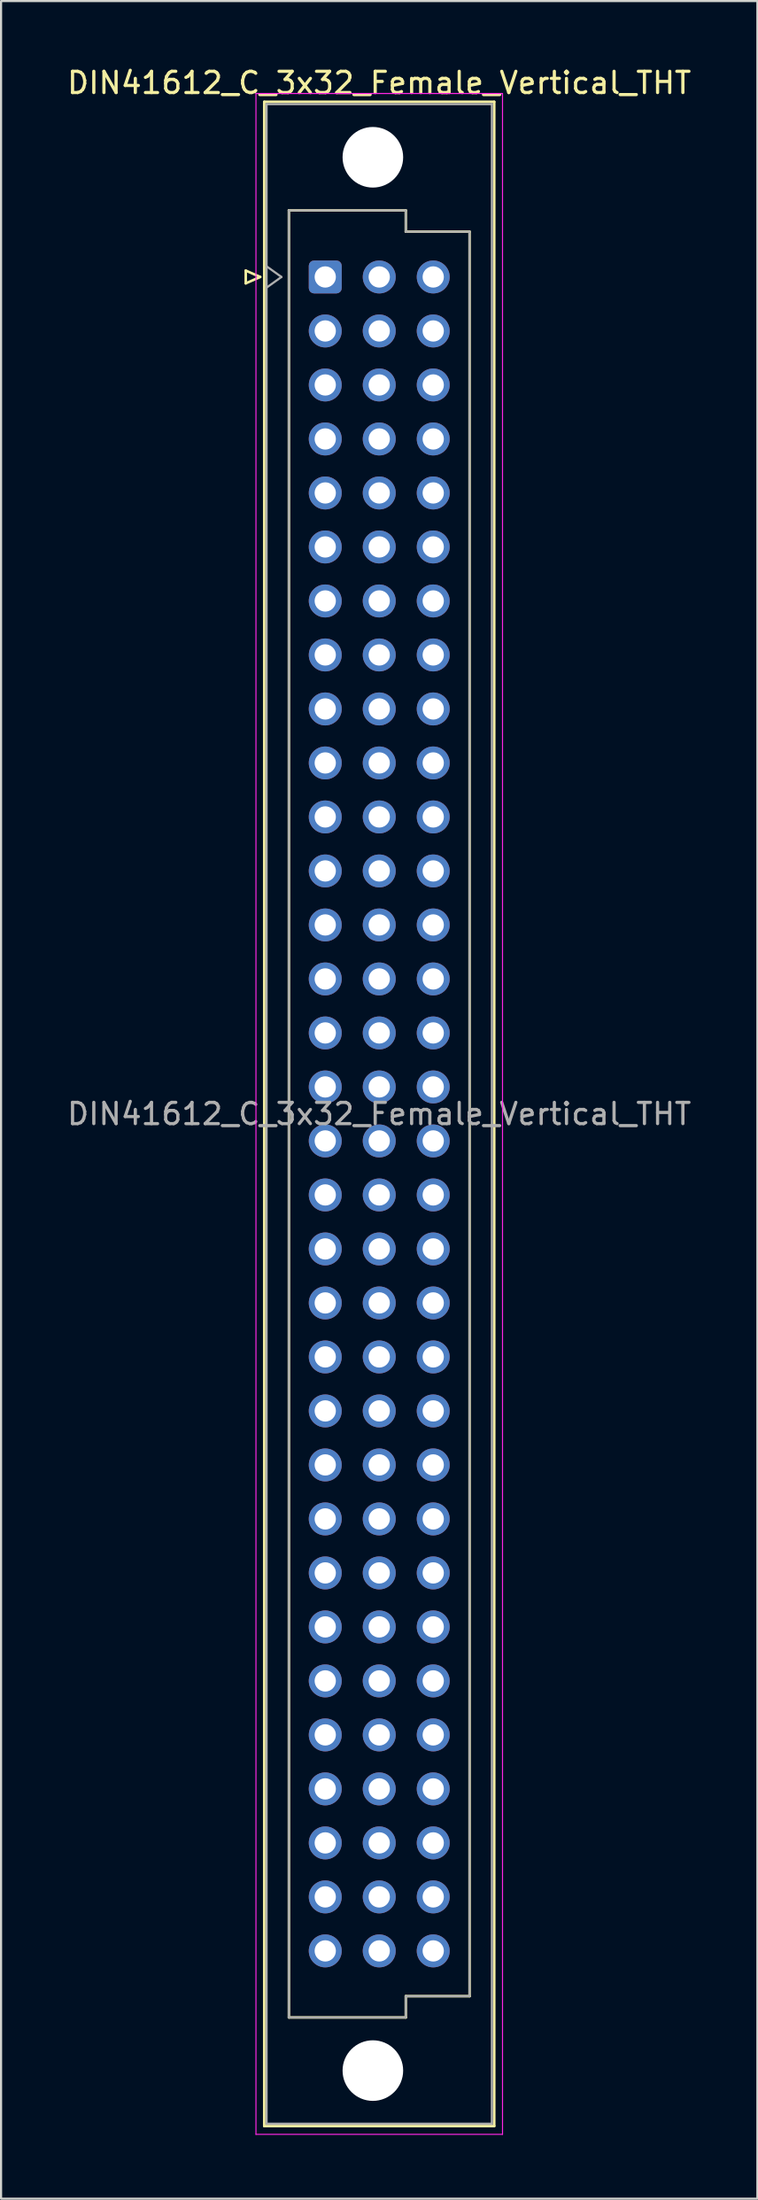
<source format=kicad_pcb>
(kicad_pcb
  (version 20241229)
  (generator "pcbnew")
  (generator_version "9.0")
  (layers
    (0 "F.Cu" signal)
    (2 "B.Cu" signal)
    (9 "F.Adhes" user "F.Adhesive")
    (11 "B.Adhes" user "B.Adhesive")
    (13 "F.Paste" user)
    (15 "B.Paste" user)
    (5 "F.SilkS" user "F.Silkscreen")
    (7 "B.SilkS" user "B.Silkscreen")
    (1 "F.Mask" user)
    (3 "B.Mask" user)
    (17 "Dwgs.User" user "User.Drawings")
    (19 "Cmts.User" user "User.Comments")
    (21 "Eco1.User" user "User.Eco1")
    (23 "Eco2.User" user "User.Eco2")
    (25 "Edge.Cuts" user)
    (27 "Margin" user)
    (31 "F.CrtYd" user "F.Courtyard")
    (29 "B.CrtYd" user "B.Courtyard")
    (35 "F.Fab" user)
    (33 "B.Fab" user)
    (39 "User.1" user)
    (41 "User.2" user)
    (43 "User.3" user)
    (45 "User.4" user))
  (footprint "DIN41612_C_3x32_Female_Vertical_THT"
    (layer "F.Cu")
    (at 12.252 9.978)
    (property "Reference" "DIN41612_C_3x32_Female_Vertical_THT" (at 2.54 -9.13 0) (layer "F.SilkS") (effects (font (size 1 1) (thickness 0.15))))
    (attr through_hole)
    (fp_line (start -3.74 -0.3) (end -3.74 0.3) (stroke (width 0.12) (type solid)) (layer "F.SilkS"))
    (fp_line (start -3.74 0.3) (end -3.06 0) (stroke (width 0.12) (type solid)) (layer "F.SilkS"))
    (fp_line (start -3.06 0) (end -3.74 -0.3) (stroke (width 0.12) (type solid)) (layer "F.SilkS"))
    (fp_line (start -2.87 -8.24) (end 7.95 -8.24) (stroke (width 0.12) (type solid)) (layer "F.SilkS"))
    (fp_line (start -2.87 86.98) (end -2.87 -8.24) (stroke (width 0.12) (type solid)) (layer "F.SilkS"))
    (fp_line (start -1.71 -3.131) (end 3.79 -3.131) (stroke (width 0.12) (type solid)) (layer "F.SilkS"))
    (fp_line (start -1.71 81.87) (end -1.71 -3.131) (stroke (width 0.12) (type solid)) (layer "F.SilkS"))
    (fp_line (start 3.79 -3.131) (end 3.79 -2.131) (stroke (width 0.12) (type solid)) (layer "F.SilkS"))
    (fp_line (start 3.79 -2.131) (end 6.79 -2.131) (stroke (width 0.12) (type solid)) (layer "F.SilkS"))
    (fp_line (start 3.79 80.87) (end 3.79 81.87) (stroke (width 0.12) (type solid)) (layer "F.SilkS"))
    (fp_line (start 3.79 81.87) (end -1.71 81.87) (stroke (width 0.12) (type solid)) (layer "F.SilkS"))
    (fp_line (start 6.79 -2.131) (end 6.79 80.87) (stroke (width 0.12) (type solid)) (layer "F.SilkS"))
    (fp_line (start 6.79 80.87) (end 3.79 80.87) (stroke (width 0.12) (type solid)) (layer "F.SilkS"))
    (fp_line (start 7.95 -8.24) (end 7.95 86.98) (stroke (width 0.12) (type solid)) (layer "F.SilkS"))
    (fp_line (start 7.95 86.98) (end -2.87 86.98) (stroke (width 0.12) (type solid)) (layer "F.SilkS"))
    (fp_line (start -3.26 -8.63) (end 8.34 -8.63) (stroke (width 0.05) (type solid)) (layer "F.CrtYd"))
    (fp_line (start -3.26 87.37) (end -3.26 -8.63) (stroke (width 0.05) (type solid)) (layer "F.CrtYd"))
    (fp_line (start 8.34 -8.63) (end 8.34 87.37) (stroke (width 0.05) (type solid)) (layer "F.CrtYd"))
    (fp_line (start 8.34 87.37) (end -3.26 87.37) (stroke (width 0.05) (type solid)) (layer "F.CrtYd"))
    (fp_line (start -2.76 -8.13) (end 7.84 -8.13) (stroke (width 0.1) (type solid)) (layer "F.Fab"))
    (fp_line (start -2.76 -0.5) (end -2.06 0) (stroke (width 0.1) (type solid)) (layer "F.Fab"))
    (fp_line (start -2.76 86.87) (end -2.76 -8.13) (stroke (width 0.1) (type solid)) (layer "F.Fab"))
    (fp_line (start -2.06 0) (end -2.76 0.5) (stroke (width 0.1) (type solid)) (layer "F.Fab"))
    (fp_line (start -1.71 -3.13) (end 3.79 -3.13) (stroke (width 0.1) (type solid)) (layer "F.Fab"))
    (fp_line (start -1.71 81.87) (end -1.71 -3.13) (stroke (width 0.1) (type solid)) (layer "F.Fab"))
    (fp_line (start 3.79 -3.13) (end 3.79 -2.13) (stroke (width 0.1) (type solid)) (layer "F.Fab"))
    (fp_line (start 3.79 -2.13) (end 6.79 -2.13) (stroke (width 0.1) (type solid)) (layer "F.Fab"))
    (fp_line (start 3.79 80.87) (end 3.79 81.87) (stroke (width 0.1) (type solid)) (layer "F.Fab"))
    (fp_line (start 3.79 81.87) (end -1.71 81.87) (stroke (width 0.1) (type solid)) (layer "F.Fab"))
    (fp_line (start 6.79 -2.13) (end 6.79 80.87) (stroke (width 0.1) (type solid)) (layer "F.Fab"))
    (fp_line (start 6.79 80.87) (end 3.79 80.87) (stroke (width 0.1) (type solid)) (layer "F.Fab"))
    (fp_line (start 7.84 -8.13) (end 7.84 86.87) (stroke (width 0.1) (type solid)) (layer "F.Fab"))
    (fp_line (start 7.84 86.87) (end -2.76 86.87) (stroke (width 0.1) (type solid)) (layer "F.Fab"))
    (fp_text user "${REFERENCE}" (at 2.54 39.37 0) (layer "F.Fab") (effects (font (size 1 1) (thickness 0.15))))
    (pad "" np_thru_hole circle (at 2.24 -5.63) (size 2.85 2.85) (drill 2.85) (layers "*.Cu" "*.Mask"))
    (pad "" np_thru_hole circle (at 2.24 84.37) (size 2.85 2.85) (drill 2.85) (layers "*.Cu" "*.Mask"))
    (pad "A1" thru_hole roundrect (at 0 0) (size 1.55 1.55) (drill 1) (layers "*.Cu" "F.Mask") (roundrect_rratio 0.161))
    (pad "A2" thru_hole circle (at 0 2.54) (size 1.55 1.55) (drill 1) (layers "*.Cu" "*.Mask"))
    (pad "A3" thru_hole circle (at 0 5.08) (size 1.55 1.55) (drill 1) (layers "*.Cu" "*.Mask"))
    (pad "A4" thru_hole circle (at 0 7.62) (size 1.55 1.55) (drill 1) (layers "*.Cu" "*.Mask"))
    (pad "A5" thru_hole circle (at 0 10.16) (size 1.55 1.55) (drill 1) (layers "*.Cu" "*.Mask"))
    (pad "A6" thru_hole circle (at 0 12.7) (size 1.55 1.55) (drill 1) (layers "*.Cu" "*.Mask"))
    (pad "A7" thru_hole circle (at 0 15.24) (size 1.55 1.55) (drill 1) (layers "*.Cu" "*.Mask"))
    (pad "A8" thru_hole circle (at 0 17.78) (size 1.55 1.55) (drill 1) (layers "*.Cu" "*.Mask"))
    (pad "A9" thru_hole circle (at 0 20.32) (size 1.55 1.55) (drill 1) (layers "*.Cu" "*.Mask"))
    (pad "A10" thru_hole circle (at 0 22.86) (size 1.55 1.55) (drill 1) (layers "*.Cu" "*.Mask"))
    (pad "A11" thru_hole circle (at 0 25.4) (size 1.55 1.55) (drill 1) (layers "*.Cu" "*.Mask"))
    (pad "A12" thru_hole circle (at 0 27.94) (size 1.55 1.55) (drill 1) (layers "*.Cu" "*.Mask"))
    (pad "A13" thru_hole circle (at 0 30.48) (size 1.55 1.55) (drill 1) (layers "*.Cu" "*.Mask"))
    (pad "A14" thru_hole circle (at 0 33.02) (size 1.55 1.55) (drill 1) (layers "*.Cu" "*.Mask"))
    (pad "A15" thru_hole circle (at 0 35.56) (size 1.55 1.55) (drill 1) (layers "*.Cu" "*.Mask"))
    (pad "A16" thru_hole circle (at 0 38.1) (size 1.55 1.55) (drill 1) (layers "*.Cu" "*.Mask"))
    (pad "A17" thru_hole circle (at 0 40.64) (size 1.55 1.55) (drill 1) (layers "*.Cu" "*.Mask"))
    (pad "A18" thru_hole circle (at 0 43.18) (size 1.55 1.55) (drill 1) (layers "*.Cu" "*.Mask"))
    (pad "A19" thru_hole circle (at 0 45.72) (size 1.55 1.55) (drill 1) (layers "*.Cu" "*.Mask"))
    (pad "A20" thru_hole circle (at 0 48.26) (size 1.55 1.55) (drill 1) (layers "*.Cu" "*.Mask"))
    (pad "A21" thru_hole circle (at 0 50.8) (size 1.55 1.55) (drill 1) (layers "*.Cu" "*.Mask"))
    (pad "A22" thru_hole circle (at 0 53.34) (size 1.55 1.55) (drill 1) (layers "*.Cu" "*.Mask"))
    (pad "A23" thru_hole circle (at 0 55.88) (size 1.55 1.55) (drill 1) (layers "*.Cu" "*.Mask"))
    (pad "A24" thru_hole circle (at 0 58.42) (size 1.55 1.55) (drill 1) (layers "*.Cu" "*.Mask"))
    (pad "A25" thru_hole circle (at 0 60.96) (size 1.55 1.55) (drill 1) (layers "*.Cu" "*.Mask"))
    (pad "A26" thru_hole circle (at 0 63.5) (size 1.55 1.55) (drill 1) (layers "*.Cu" "*.Mask"))
    (pad "A27" thru_hole circle (at 0 66.04) (size 1.55 1.55) (drill 1) (layers "*.Cu" "*.Mask"))
    (pad "A28" thru_hole circle (at 0 68.58) (size 1.55 1.55) (drill 1) (layers "*.Cu" "*.Mask"))
    (pad "A29" thru_hole circle (at 0 71.12) (size 1.55 1.55) (drill 1) (layers "*.Cu" "*.Mask"))
    (pad "A30" thru_hole circle (at 0 73.66) (size 1.55 1.55) (drill 1) (layers "*.Cu" "*.Mask"))
    (pad "A31" thru_hole circle (at 0 76.2) (size 1.55 1.55) (drill 1) (layers "*.Cu" "*.Mask"))
    (pad "A32" thru_hole circle (at 0 78.74) (size 1.55 1.55) (drill 1) (layers "*.Cu" "*.Mask"))
    (pad "B1" thru_hole circle (at 2.54 0) (size 1.55 1.55) (drill 1) (layers "*.Cu" "*.Mask"))
    (pad "B2" thru_hole circle (at 2.54 2.54) (size 1.55 1.55) (drill 1) (layers "*.Cu" "*.Mask"))
    (pad "B3" thru_hole circle (at 2.54 5.08) (size 1.55 1.55) (drill 1) (layers "*.Cu" "*.Mask"))
    (pad "B4" thru_hole circle (at 2.54 7.62) (size 1.55 1.55) (drill 1) (layers "*.Cu" "*.Mask"))
    (pad "B5" thru_hole circle (at 2.54 10.16) (size 1.55 1.55) (drill 1) (layers "*.Cu" "*.Mask"))
    (pad "B6" thru_hole circle (at 2.54 12.7) (size 1.55 1.55) (drill 1) (layers "*.Cu" "*.Mask"))
    (pad "B7" thru_hole circle (at 2.54 15.24) (size 1.55 1.55) (drill 1) (layers "*.Cu" "*.Mask"))
    (pad "B8" thru_hole circle (at 2.54 17.78) (size 1.55 1.55) (drill 1) (layers "*.Cu" "*.Mask"))
    (pad "B9" thru_hole circle (at 2.54 20.32) (size 1.55 1.55) (drill 1) (layers "*.Cu" "*.Mask"))
    (pad "B10" thru_hole circle (at 2.54 22.86) (size 1.55 1.55) (drill 1) (layers "*.Cu" "*.Mask"))
    (pad "B11" thru_hole circle (at 2.54 25.4) (size 1.55 1.55) (drill 1) (layers "*.Cu" "*.Mask"))
    (pad "B12" thru_hole circle (at 2.54 27.94) (size 1.55 1.55) (drill 1) (layers "*.Cu" "*.Mask"))
    (pad "B13" thru_hole circle (at 2.54 30.48) (size 1.55 1.55) (drill 1) (layers "*.Cu" "*.Mask"))
    (pad "B14" thru_hole circle (at 2.54 33.02) (size 1.55 1.55) (drill 1) (layers "*.Cu" "*.Mask"))
    (pad "B15" thru_hole circle (at 2.54 35.56) (size 1.55 1.55) (drill 1) (layers "*.Cu" "*.Mask"))
    (pad "B16" thru_hole circle (at 2.54 38.1) (size 1.55 1.55) (drill 1) (layers "*.Cu" "*.Mask"))
    (pad "B17" thru_hole circle (at 2.54 40.64) (size 1.55 1.55) (drill 1) (layers "*.Cu" "*.Mask"))
    (pad "B18" thru_hole circle (at 2.54 43.18) (size 1.55 1.55) (drill 1) (layers "*.Cu" "*.Mask"))
    (pad "B19" thru_hole circle (at 2.54 45.72) (size 1.55 1.55) (drill 1) (layers "*.Cu" "*.Mask"))
    (pad "B20" thru_hole circle (at 2.54 48.26) (size 1.55 1.55) (drill 1) (layers "*.Cu" "*.Mask"))
    (pad "B21" thru_hole circle (at 2.54 50.8) (size 1.55 1.55) (drill 1) (layers "*.Cu" "*.Mask"))
    (pad "B22" thru_hole circle (at 2.54 53.34) (size 1.55 1.55) (drill 1) (layers "*.Cu" "*.Mask"))
    (pad "B23" thru_hole circle (at 2.54 55.88) (size 1.55 1.55) (drill 1) (layers "*.Cu" "*.Mask"))
    (pad "B24" thru_hole circle (at 2.54 58.42) (size 1.55 1.55) (drill 1) (layers "*.Cu" "*.Mask"))
    (pad "B25" thru_hole circle (at 2.54 60.96) (size 1.55 1.55) (drill 1) (layers "*.Cu" "*.Mask"))
    (pad "B26" thru_hole circle (at 2.54 63.5) (size 1.55 1.55) (drill 1) (layers "*.Cu" "*.Mask"))
    (pad "B27" thru_hole circle (at 2.54 66.04) (size 1.55 1.55) (drill 1) (layers "*.Cu" "*.Mask"))
    (pad "B28" thru_hole circle (at 2.54 68.58) (size 1.55 1.55) (drill 1) (layers "*.Cu" "*.Mask"))
    (pad "B29" thru_hole circle (at 2.54 71.12) (size 1.55 1.55) (drill 1) (layers "*.Cu" "*.Mask"))
    (pad "B30" thru_hole circle (at 2.54 73.66) (size 1.55 1.55) (drill 1) (layers "*.Cu" "*.Mask"))
    (pad "B31" thru_hole circle (at 2.54 76.2) (size 1.55 1.55) (drill 1) (layers "*.Cu" "*.Mask"))
    (pad "B32" thru_hole circle (at 2.54 78.74) (size 1.55 1.55) (drill 1) (layers "*.Cu" "*.Mask"))
    (pad "C1" thru_hole circle (at 5.08 0) (size 1.55 1.55) (drill 1) (layers "*.Cu" "*.Mask"))
    (pad "C2" thru_hole circle (at 5.08 2.54) (size 1.55 1.55) (drill 1) (layers "*.Cu" "*.Mask"))
    (pad "C3" thru_hole circle (at 5.08 5.08) (size 1.55 1.55) (drill 1) (layers "*.Cu" "*.Mask"))
    (pad "C4" thru_hole circle (at 5.08 7.62) (size 1.55 1.55) (drill 1) (layers "*.Cu" "*.Mask"))
    (pad "C5" thru_hole circle (at 5.08 10.16) (size 1.55 1.55) (drill 1) (layers "*.Cu" "*.Mask"))
    (pad "C6" thru_hole circle (at 5.08 12.7) (size 1.55 1.55) (drill 1) (layers "*.Cu" "*.Mask"))
    (pad "C7" thru_hole circle (at 5.08 15.24) (size 1.55 1.55) (drill 1) (layers "*.Cu" "*.Mask"))
    (pad "C8" thru_hole circle (at 5.08 17.78) (size 1.55 1.55) (drill 1) (layers "*.Cu" "*.Mask"))
    (pad "C9" thru_hole circle (at 5.08 20.32) (size 1.55 1.55) (drill 1) (layers "*.Cu" "*.Mask"))
    (pad "C10" thru_hole circle (at 5.08 22.86) (size 1.55 1.55) (drill 1) (layers "*.Cu" "*.Mask"))
    (pad "C11" thru_hole circle (at 5.08 25.4) (size 1.55 1.55) (drill 1) (layers "*.Cu" "*.Mask"))
    (pad "C12" thru_hole circle (at 5.08 27.94) (size 1.55 1.55) (drill 1) (layers "*.Cu" "*.Mask"))
    (pad "C13" thru_hole circle (at 5.08 30.48) (size 1.55 1.55) (drill 1) (layers "*.Cu" "*.Mask"))
    (pad "C14" thru_hole circle (at 5.08 33.02) (size 1.55 1.55) (drill 1) (layers "*.Cu" "*.Mask"))
    (pad "C15" thru_hole circle (at 5.08 35.56) (size 1.55 1.55) (drill 1) (layers "*.Cu" "*.Mask"))
    (pad "C16" thru_hole circle (at 5.08 38.1) (size 1.55 1.55) (drill 1) (layers "*.Cu" "*.Mask"))
    (pad "C17" thru_hole circle (at 5.08 40.64) (size 1.55 1.55) (drill 1) (layers "*.Cu" "*.Mask"))
    (pad "C18" thru_hole circle (at 5.08 43.18) (size 1.55 1.55) (drill 1) (layers "*.Cu" "*.Mask"))
    (pad "C19" thru_hole circle (at 5.08 45.72) (size 1.55 1.55) (drill 1) (layers "*.Cu" "*.Mask"))
    (pad "C20" thru_hole circle (at 5.08 48.26) (size 1.55 1.55) (drill 1) (layers "*.Cu" "*.Mask"))
    (pad "C21" thru_hole circle (at 5.08 50.8) (size 1.55 1.55) (drill 1) (layers "*.Cu" "*.Mask"))
    (pad "C22" thru_hole circle (at 5.08 53.34) (size 1.55 1.55) (drill 1) (layers "*.Cu" "*.Mask"))
    (pad "C23" thru_hole circle (at 5.08 55.88) (size 1.55 1.55) (drill 1) (layers "*.Cu" "*.Mask"))
    (pad "C24" thru_hole circle (at 5.08 58.42) (size 1.55 1.55) (drill 1) (layers "*.Cu" "*.Mask"))
    (pad "C25" thru_hole circle (at 5.08 60.96) (size 1.55 1.55) (drill 1) (layers "*.Cu" "*.Mask"))
    (pad "C26" thru_hole circle (at 5.08 63.5) (size 1.55 1.55) (drill 1) (layers "*.Cu" "*.Mask"))
    (pad "C27" thru_hole circle (at 5.08 66.04) (size 1.55 1.55) (drill 1) (layers "*.Cu" "*.Mask"))
    (pad "C28" thru_hole circle (at 5.08 68.58) (size 1.55 1.55) (drill 1) (layers "*.Cu" "*.Mask"))
    (pad "C29" thru_hole circle (at 5.08 71.12) (size 1.55 1.55) (drill 1) (layers "*.Cu" "*.Mask"))
    (pad "C30" thru_hole circle (at 5.08 73.66) (size 1.55 1.55) (drill 1) (layers "*.Cu" "*.Mask"))
    (pad "C31" thru_hole circle (at 5.08 76.2) (size 1.55 1.55) (drill 1) (layers "*.Cu" "*.Mask"))
    (pad "C32" thru_hole circle (at 5.08 78.74) (size 1.55 1.55) (drill 1) (layers "*.Cu" "*.Mask")))
  (gr_rect
    (start -3 -3)
    (end 32.583 100.373)
    (stroke (width 0.1) (type default))
    (fill no)
    (layer "Edge.Cuts")))
</source>
